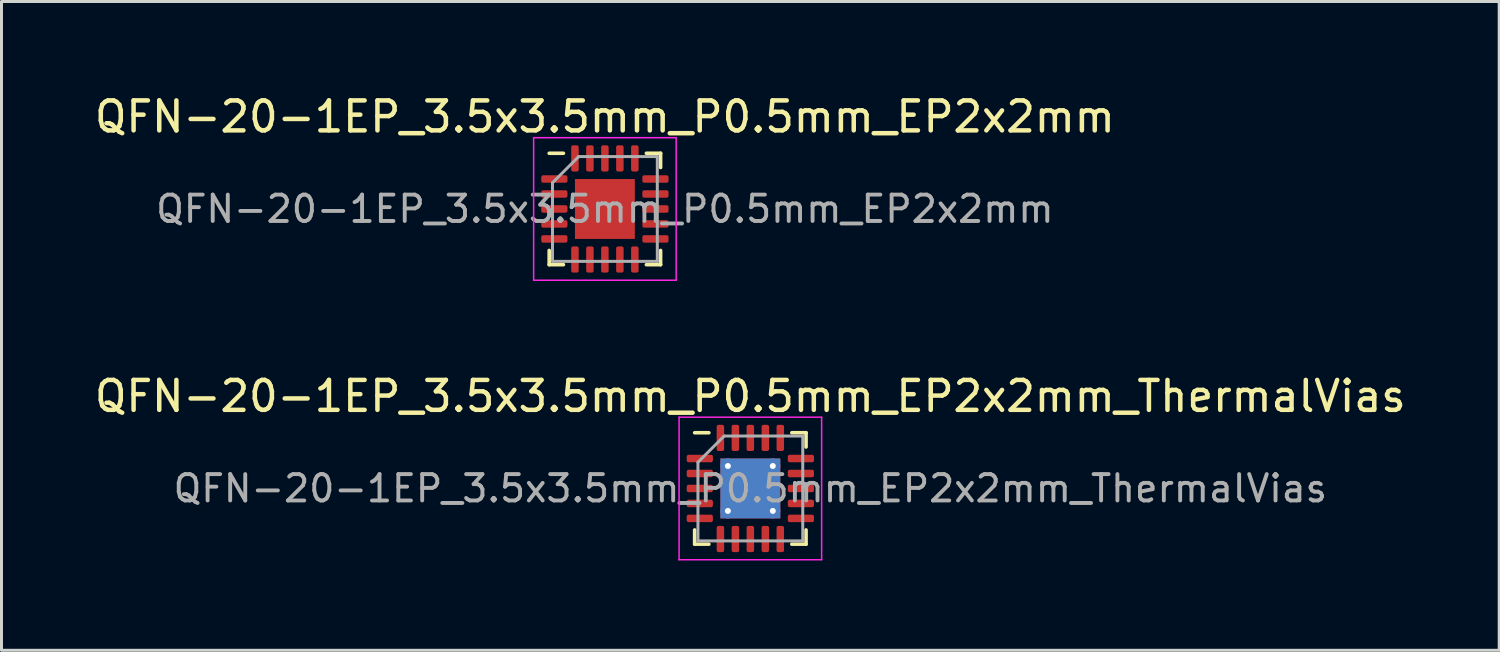
<source format=kicad_pcb>
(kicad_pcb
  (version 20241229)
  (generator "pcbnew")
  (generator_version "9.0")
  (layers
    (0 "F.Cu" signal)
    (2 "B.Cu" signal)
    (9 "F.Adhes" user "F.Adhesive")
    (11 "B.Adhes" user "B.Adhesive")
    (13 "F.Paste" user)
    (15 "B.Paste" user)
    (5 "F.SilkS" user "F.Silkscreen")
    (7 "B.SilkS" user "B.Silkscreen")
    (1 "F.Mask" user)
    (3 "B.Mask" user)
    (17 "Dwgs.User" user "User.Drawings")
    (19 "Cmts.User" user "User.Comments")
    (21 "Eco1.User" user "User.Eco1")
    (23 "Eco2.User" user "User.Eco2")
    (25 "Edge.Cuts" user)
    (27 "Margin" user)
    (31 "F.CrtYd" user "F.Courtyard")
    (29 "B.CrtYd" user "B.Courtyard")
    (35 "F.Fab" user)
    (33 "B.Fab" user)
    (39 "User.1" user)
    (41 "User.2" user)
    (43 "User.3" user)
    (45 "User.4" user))
  (footprint "QFN-20-1EP_3.5x3.5mm_P0.5mm_EP2x2mm"
    (layer "F.Cu")
    (at 17.149 3.928)
    (property "Reference" "QFN-20-1EP_3.5x3.5mm_P0.5mm_EP2x2mm" (at 0 -3.08 0) (layer "F.SilkS") (effects (font (size 1 1) (thickness 0.15))))
    (attr smd)
    (fp_line (start -1.86 1.86) (end -1.86 1.385) (stroke (width 0.12) (type solid)) (layer "F.SilkS"))
    (fp_line (start -1.385 -1.86) (end -1.86 -1.86) (stroke (width 0.12) (type solid)) (layer "F.SilkS"))
    (fp_line (start -1.385 1.86) (end -1.86 1.86) (stroke (width 0.12) (type solid)) (layer "F.SilkS"))
    (fp_line (start 1.385 -1.86) (end 1.86 -1.86) (stroke (width 0.12) (type solid)) (layer "F.SilkS"))
    (fp_line (start 1.385 1.86) (end 1.86 1.86) (stroke (width 0.12) (type solid)) (layer "F.SilkS"))
    (fp_line (start 1.86 -1.86) (end 1.86 -1.385) (stroke (width 0.12) (type solid)) (layer "F.SilkS"))
    (fp_line (start 1.86 1.86) (end 1.86 1.385) (stroke (width 0.12) (type solid)) (layer "F.SilkS"))
    (fp_line (start -2.38 -2.38) (end -2.38 2.38) (stroke (width 0.05) (type solid)) (layer "F.CrtYd"))
    (fp_line (start -2.38 2.38) (end 2.38 2.38) (stroke (width 0.05) (type solid)) (layer "F.CrtYd"))
    (fp_line (start 2.38 -2.38) (end -2.38 -2.38) (stroke (width 0.05) (type solid)) (layer "F.CrtYd"))
    (fp_line (start 2.38 2.38) (end 2.38 -2.38) (stroke (width 0.05) (type solid)) (layer "F.CrtYd"))
    (fp_line (start -1.75 -0.875) (end -0.875 -1.75) (stroke (width 0.1) (type solid)) (layer "F.Fab"))
    (fp_line (start -1.75 1.75) (end -1.75 -0.875) (stroke (width 0.1) (type solid)) (layer "F.Fab"))
    (fp_line (start -0.875 -1.75) (end 1.75 -1.75) (stroke (width 0.1) (type solid)) (layer "F.Fab"))
    (fp_line (start 1.75 -1.75) (end 1.75 1.75) (stroke (width 0.1) (type solid)) (layer "F.Fab"))
    (fp_line (start 1.75 1.75) (end -1.75 1.75) (stroke (width 0.1) (type solid)) (layer "F.Fab"))
    (fp_text user "${REFERENCE}" (at 0 0 0) (layer "F.Fab") (effects (font (size 0.88 0.88) (thickness 0.13))))
    (pad "" smd roundrect (at -0.5 -0.5) (size 0.81 0.81) (layers "F.Paste") (roundrect_rratio 0.25))
    (pad "" smd roundrect (at -0.5 0.5) (size 0.81 0.81) (layers "F.Paste") (roundrect_rratio 0.25))
    (pad "" smd roundrect (at 0.5 -0.5) (size 0.81 0.81) (layers "F.Paste") (roundrect_rratio 0.25))
    (pad "" smd roundrect (at 0.5 0.5) (size 0.81 0.81) (layers "F.Paste") (roundrect_rratio 0.25))
    (pad "1" smd roundrect (at -1.688 -1) (size 0.875 0.25) (layers "F.Cu" "F.Mask" "F.Paste") (roundrect_rratio 0.25))
    (pad "2" smd roundrect (at -1.688 -0.5) (size 0.875 0.25) (layers "F.Cu" "F.Mask" "F.Paste") (roundrect_rratio 0.25))
    (pad "3" smd roundrect (at -1.688 0) (size 0.875 0.25) (layers "F.Cu" "F.Mask" "F.Paste") (roundrect_rratio 0.25))
    (pad "4" smd roundrect (at -1.688 0.5) (size 0.875 0.25) (layers "F.Cu" "F.Mask" "F.Paste") (roundrect_rratio 0.25))
    (pad "5" smd roundrect (at -1.688 1) (size 0.875 0.25) (layers "F.Cu" "F.Mask" "F.Paste") (roundrect_rratio 0.25))
    (pad "6" smd roundrect (at -1 1.688) (size 0.25 0.875) (layers "F.Cu" "F.Mask" "F.Paste") (roundrect_rratio 0.25))
    (pad "7" smd roundrect (at -0.5 1.688) (size 0.25 0.875) (layers "F.Cu" "F.Mask" "F.Paste") (roundrect_rratio 0.25))
    (pad "8" smd roundrect (at 0 1.688) (size 0.25 0.875) (layers "F.Cu" "F.Mask" "F.Paste") (roundrect_rratio 0.25))
    (pad "9" smd roundrect (at 0.5 1.688) (size 0.25 0.875) (layers "F.Cu" "F.Mask" "F.Paste") (roundrect_rratio 0.25))
    (pad "10" smd roundrect (at 1 1.688) (size 0.25 0.875) (layers "F.Cu" "F.Mask" "F.Paste") (roundrect_rratio 0.25))
    (pad "11" smd roundrect (at 1.688 1) (size 0.875 0.25) (layers "F.Cu" "F.Mask" "F.Paste") (roundrect_rratio 0.25))
    (pad "12" smd roundrect (at 1.688 0.5) (size 0.875 0.25) (layers "F.Cu" "F.Mask" "F.Paste") (roundrect_rratio 0.25))
    (pad "13" smd roundrect (at 1.688 0) (size 0.875 0.25) (layers "F.Cu" "F.Mask" "F.Paste") (roundrect_rratio 0.25))
    (pad "14" smd roundrect (at 1.688 -0.5) (size 0.875 0.25) (layers "F.Cu" "F.Mask" "F.Paste") (roundrect_rratio 0.25))
    (pad "15" smd roundrect (at 1.688 -1) (size 0.875 0.25) (layers "F.Cu" "F.Mask" "F.Paste") (roundrect_rratio 0.25))
    (pad "16" smd roundrect (at 1 -1.688) (size 0.25 0.875) (layers "F.Cu" "F.Mask" "F.Paste") (roundrect_rratio 0.25))
    (pad "17" smd roundrect (at 0.5 -1.688) (size 0.25 0.875) (layers "F.Cu" "F.Mask" "F.Paste") (roundrect_rratio 0.25))
    (pad "18" smd roundrect (at 0 -1.688) (size 0.25 0.875) (layers "F.Cu" "F.Mask" "F.Paste") (roundrect_rratio 0.25))
    (pad "19" smd roundrect (at -0.5 -1.688) (size 0.25 0.875) (layers "F.Cu" "F.Mask" "F.Paste") (roundrect_rratio 0.25))
    (pad "20" smd roundrect (at -1 -1.688) (size 0.25 0.875) (layers "F.Cu" "F.Mask" "F.Paste") (roundrect_rratio 0.25))
    (pad "21" smd rect (at 0 0) (size 2 2) (layers "F.Cu" "F.Mask")))
  (footprint "QFN-20-1EP_3.5x3.5mm_P0.5mm_EP2x2mm_ThermalVias"
    (layer "F.Cu")
    (at 22.006 13.261)
    (property "Reference" "QFN-20-1EP_3.5x3.5mm_P0.5mm_EP2x2mm_ThermalVias" (at 0 -3.08 0) (layer "F.SilkS") (effects (font (size 1 1) (thickness 0.15))))
    (attr smd)
    (fp_line (start -1.86 1.86) (end -1.86 1.385) (stroke (width 0.12) (type solid)) (layer "F.SilkS"))
    (fp_line (start -1.385 -1.86) (end -1.86 -1.86) (stroke (width 0.12) (type solid)) (layer "F.SilkS"))
    (fp_line (start -1.385 1.86) (end -1.86 1.86) (stroke (width 0.12) (type solid)) (layer "F.SilkS"))
    (fp_line (start 1.385 -1.86) (end 1.86 -1.86) (stroke (width 0.12) (type solid)) (layer "F.SilkS"))
    (fp_line (start 1.385 1.86) (end 1.86 1.86) (stroke (width 0.12) (type solid)) (layer "F.SilkS"))
    (fp_line (start 1.86 -1.86) (end 1.86 -1.385) (stroke (width 0.12) (type solid)) (layer "F.SilkS"))
    (fp_line (start 1.86 1.86) (end 1.86 1.385) (stroke (width 0.12) (type solid)) (layer "F.SilkS"))
    (fp_line (start -2.38 -2.38) (end -2.38 2.38) (stroke (width 0.05) (type solid)) (layer "F.CrtYd"))
    (fp_line (start -2.38 2.38) (end 2.38 2.38) (stroke (width 0.05) (type solid)) (layer "F.CrtYd"))
    (fp_line (start 2.38 -2.38) (end -2.38 -2.38) (stroke (width 0.05) (type solid)) (layer "F.CrtYd"))
    (fp_line (start 2.38 2.38) (end 2.38 -2.38) (stroke (width 0.05) (type solid)) (layer "F.CrtYd"))
    (fp_line (start -1.75 -0.875) (end -0.875 -1.75) (stroke (width 0.1) (type solid)) (layer "F.Fab"))
    (fp_line (start -1.75 1.75) (end -1.75 -0.875) (stroke (width 0.1) (type solid)) (layer "F.Fab"))
    (fp_line (start -0.875 -1.75) (end 1.75 -1.75) (stroke (width 0.1) (type solid)) (layer "F.Fab"))
    (fp_line (start 1.75 -1.75) (end 1.75 1.75) (stroke (width 0.1) (type solid)) (layer "F.Fab"))
    (fp_line (start 1.75 1.75) (end -1.75 1.75) (stroke (width 0.1) (type solid)) (layer "F.Fab"))
    (fp_text user "${REFERENCE}" (at 0 0 0) (layer "F.Fab") (effects (font (size 0.88 0.88) (thickness 0.13))))
    (pad "" smd roundrect (at -0.5 -0.5) (size 0.87 0.87) (layers "F.Paste") (roundrect_rratio 0.25))
    (pad "" smd roundrect (at -0.5 0.5) (size 0.87 0.87) (layers "F.Paste") (roundrect_rratio 0.25))
    (pad "" smd roundrect (at 0.5 -0.5) (size 0.87 0.87) (layers "F.Paste") (roundrect_rratio 0.25))
    (pad "" smd roundrect (at 0.5 0.5) (size 0.87 0.87) (layers "F.Paste") (roundrect_rratio 0.25))
    (pad "1" smd roundrect (at -1.688 -1) (size 0.875 0.25) (layers "F.Cu" "F.Mask" "F.Paste") (roundrect_rratio 0.25))
    (pad "2" smd roundrect (at -1.688 -0.5) (size 0.875 0.25) (layers "F.Cu" "F.Mask" "F.Paste") (roundrect_rratio 0.25))
    (pad "3" smd roundrect (at -1.688 0) (size 0.875 0.25) (layers "F.Cu" "F.Mask" "F.Paste") (roundrect_rratio 0.25))
    (pad "4" smd roundrect (at -1.688 0.5) (size 0.875 0.25) (layers "F.Cu" "F.Mask" "F.Paste") (roundrect_rratio 0.25))
    (pad "5" smd roundrect (at -1.688 1) (size 0.875 0.25) (layers "F.Cu" "F.Mask" "F.Paste") (roundrect_rratio 0.25))
    (pad "6" smd roundrect (at -1 1.688) (size 0.25 0.875) (layers "F.Cu" "F.Mask" "F.Paste") (roundrect_rratio 0.25))
    (pad "7" smd roundrect (at -0.5 1.688) (size 0.25 0.875) (layers "F.Cu" "F.Mask" "F.Paste") (roundrect_rratio 0.25))
    (pad "8" smd roundrect (at 0 1.688) (size 0.25 0.875) (layers "F.Cu" "F.Mask" "F.Paste") (roundrect_rratio 0.25))
    (pad "9" smd roundrect (at 0.5 1.688) (size 0.25 0.875) (layers "F.Cu" "F.Mask" "F.Paste") (roundrect_rratio 0.25))
    (pad "10" smd roundrect (at 1 1.688) (size 0.25 0.875) (layers "F.Cu" "F.Mask" "F.Paste") (roundrect_rratio 0.25))
    (pad "11" smd roundrect (at 1.688 1) (size 0.875 0.25) (layers "F.Cu" "F.Mask" "F.Paste") (roundrect_rratio 0.25))
    (pad "12" smd roundrect (at 1.688 0.5) (size 0.875 0.25) (layers "F.Cu" "F.Mask" "F.Paste") (roundrect_rratio 0.25))
    (pad "13" smd roundrect (at 1.688 0) (size 0.875 0.25) (layers "F.Cu" "F.Mask" "F.Paste") (roundrect_rratio 0.25))
    (pad "14" smd roundrect (at 1.688 -0.5) (size 0.875 0.25) (layers "F.Cu" "F.Mask" "F.Paste") (roundrect_rratio 0.25))
    (pad "15" smd roundrect (at 1.688 -1) (size 0.875 0.25) (layers "F.Cu" "F.Mask" "F.Paste") (roundrect_rratio 0.25))
    (pad "16" smd roundrect (at 1 -1.688) (size 0.25 0.875) (layers "F.Cu" "F.Mask" "F.Paste") (roundrect_rratio 0.25))
    (pad "17" smd roundrect (at 0.5 -1.688) (size 0.25 0.875) (layers "F.Cu" "F.Mask" "F.Paste") (roundrect_rratio 0.25))
    (pad "18" smd roundrect (at 0 -1.688) (size 0.25 0.875) (layers "F.Cu" "F.Mask" "F.Paste") (roundrect_rratio 0.25))
    (pad "19" smd roundrect (at -0.5 -1.688) (size 0.25 0.875) (layers "F.Cu" "F.Mask" "F.Paste") (roundrect_rratio 0.25))
    (pad "20" smd roundrect (at -1 -1.688) (size 0.25 0.875) (layers "F.Cu" "F.Mask" "F.Paste") (roundrect_rratio 0.25))
    (pad "21" thru_hole circle (at -0.75 -0.75) (size 0.5 0.5) (drill 0.2) (layers "*.Cu"))
    (pad "21" thru_hole circle (at -0.75 0.75) (size 0.5 0.5) (drill 0.2) (layers "*.Cu"))
    (pad "21" smd rect (at 0 0) (size 2 2) (layers "F.Cu" "F.Mask"))
    (pad "21" smd rect (at 0 0) (size 2 2) (layers "B.Cu"))
    (pad "21" thru_hole circle (at 0.75 -0.75) (size 0.5 0.5) (drill 0.2) (layers "*.Cu"))
    (pad "21" thru_hole circle (at 0.75 0.75) (size 0.5 0.5) (drill 0.2) (layers "*.Cu")))
  (gr_rect
    (start -3 -3)
    (end 47.012 18.666)
    (stroke (width 0.1) (type default))
    (fill no)
    (layer "Edge.Cuts")))
</source>
